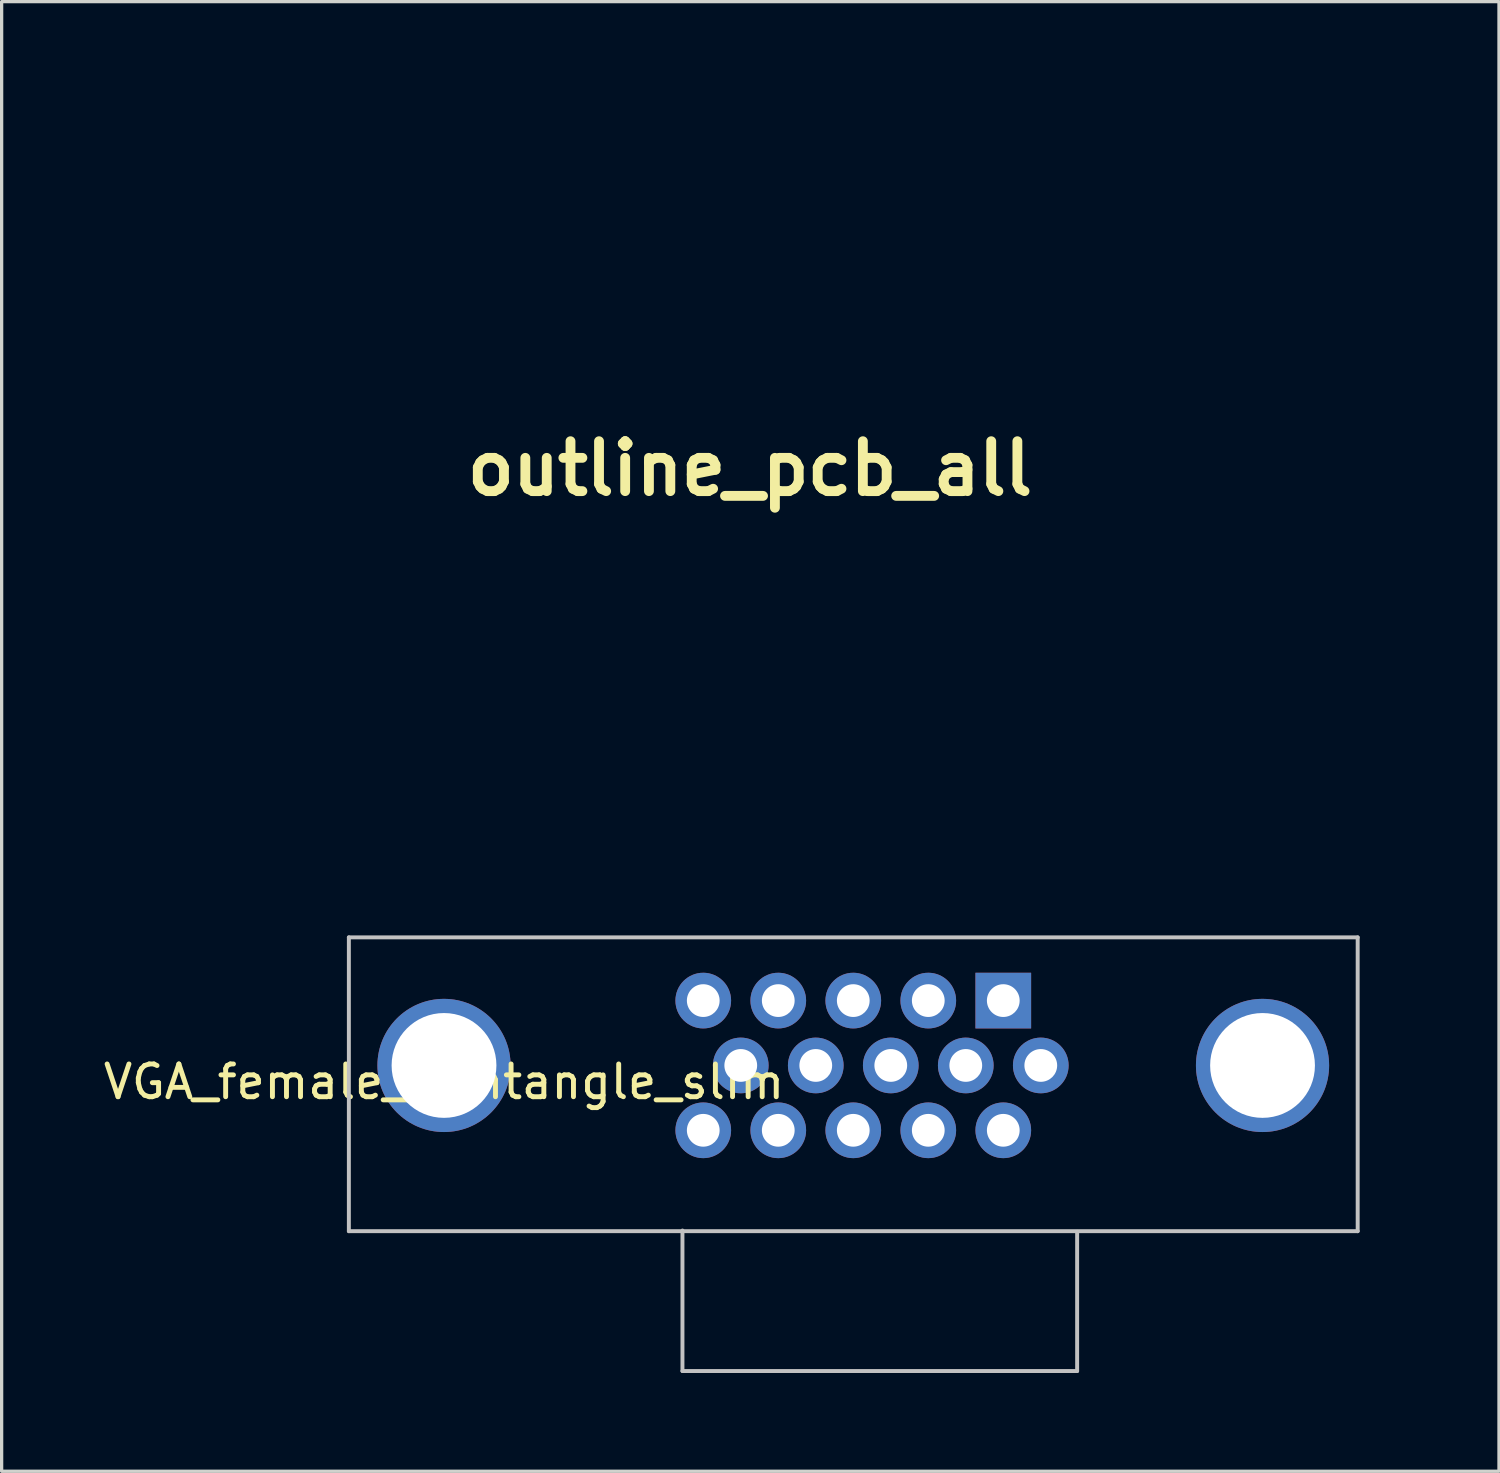
<source format=kicad_pcb>
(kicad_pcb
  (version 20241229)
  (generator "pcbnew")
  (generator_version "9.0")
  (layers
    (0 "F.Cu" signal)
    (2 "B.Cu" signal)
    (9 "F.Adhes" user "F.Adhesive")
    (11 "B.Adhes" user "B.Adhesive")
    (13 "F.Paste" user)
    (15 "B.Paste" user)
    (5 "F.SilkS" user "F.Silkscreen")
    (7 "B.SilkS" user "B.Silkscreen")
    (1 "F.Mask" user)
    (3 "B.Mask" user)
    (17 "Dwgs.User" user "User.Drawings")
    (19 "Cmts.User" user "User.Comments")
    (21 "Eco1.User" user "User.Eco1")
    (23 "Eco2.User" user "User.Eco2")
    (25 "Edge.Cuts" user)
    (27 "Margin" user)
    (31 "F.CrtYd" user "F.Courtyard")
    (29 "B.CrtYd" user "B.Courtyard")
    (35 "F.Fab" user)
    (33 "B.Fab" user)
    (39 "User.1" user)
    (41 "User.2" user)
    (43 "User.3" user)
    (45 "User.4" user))
  (footprint "VGA_female_rightangle_slim"
    (layer "F.Cu")
    (at 10.506 29.479)
    (property "Reference" "VGA_female_rightangle_slim" (at 0 0.5 0) (layer "F.SilkS") (effects (font (size 1 1) (thickness 0.15))))
    (attr through_hole)
    (fp_line (start -2.905 -3.91) (end -2.905 5.06) (stroke (width 0.12) (type solid)) (layer "Dwgs.User"))
    (fp_line (start -2.905 -3.91) (end 27.895 -3.91) (stroke (width 0.12) (type solid)) (layer "Dwgs.User"))
    (fp_line (start -2.905 5.06) (end 27.895 5.06) (stroke (width 0.12) (type solid)) (layer "Dwgs.User"))
    (fp_line (start 7.28 9.33) (end 7.28 5.04) (stroke (width 0.12) (type solid)) (layer "Dwgs.User"))
    (fp_line (start 19.33 5.08) (end 19.33 9.33) (stroke (width 0.12) (type solid)) (layer "Dwgs.User"))
    (fp_line (start 19.33 9.33) (end 7.28 9.33) (stroke (width 0.12) (type solid)) (layer "Dwgs.User"))
    (fp_line (start 27.895 -3.91) (end 27.895 5.06) (stroke (width 0.12) (type solid)) (layer "Dwgs.User"))
    (pad "1" thru_hole rect (at 17.075 -1.98 180) (size 1.7 1.7) (drill 1) (layers "*.Cu" "*.Mask"))
    (pad "2" thru_hole circle (at 14.785 -1.98 180) (size 1.7 1.7) (drill 1) (layers "*.Cu" "*.Mask"))
    (pad "3" thru_hole circle (at 12.495 -1.98 180) (size 1.7 1.7) (drill 1) (layers "*.Cu" "*.Mask"))
    (pad "4" thru_hole circle (at 10.205 -1.98 180) (size 1.7 1.7) (drill 1) (layers "*.Cu" "*.Mask"))
    (pad "5" thru_hole circle (at 7.915 -1.98 180) (size 1.7 1.7) (drill 1) (layers "*.Cu" "*.Mask"))
    (pad "6" thru_hole circle (at 18.22 0 180) (size 1.7 1.7) (drill 1) (layers "*.Cu" "*.Mask"))
    (pad "7" thru_hole circle (at 15.93 0 180) (size 1.7 1.7) (drill 1) (layers "*.Cu" "*.Mask"))
    (pad "8" thru_hole circle (at 13.64 0 180) (size 1.7 1.7) (drill 1) (layers "*.Cu" "*.Mask"))
    (pad "9" thru_hole circle (at 11.35 0 180) (size 1.7 1.7) (drill 1) (layers "*.Cu" "*.Mask"))
    (pad "10" thru_hole circle (at 9.06 0 180) (size 1.7 1.7) (drill 1) (layers "*.Cu" "*.Mask"))
    (pad "11" thru_hole circle (at 17.075 1.98 180) (size 1.7 1.7) (drill 1) (layers "*.Cu" "*.Mask"))
    (pad "12" thru_hole circle (at 14.785 1.98 180) (size 1.7 1.7) (drill 1) (layers "*.Cu" "*.Mask"))
    (pad "13" thru_hole circle (at 12.495 1.98 180) (size 1.7 1.7) (drill 1) (layers "*.Cu" "*.Mask"))
    (pad "14" thru_hole circle (at 10.205 1.98 180) (size 1.7 1.7) (drill 1) (layers "*.Cu" "*.Mask"))
    (pad "15" thru_hole circle (at 7.915 1.98 180) (size 1.7 1.7) (drill 1) (layers "*.Cu" "*.Mask"))
    (pad "S1" thru_hole circle (at 0 0) (size 4.066 4.066) (drill 3.2) (layers "*.Cu" "*.Mask"))
    (pad "S2" thru_hole circle (at 24.99 0) (size 4.066 4.066) (drill 3.2) (layers "*.Cu" "*.Mask")))
  (footprint "outline_pcb_all"
    (layer "F.Cu")
    (at 19.847 11.255)
    (property "Reference" "outline_pcb_all" (at 0 0 0) (layer "F.SilkS") (effects (font (size 1.524 1.524) (thickness 0.3))))
    (attr through_hole)
    (fp_poly (pts (xy 19.665 -2.037) (xy 19.354 -2.037) (xy 19.36 0.059) (xy 19.366 2.155) (xy 19.556 2.15) (xy 19.651 2.15) (xy 19.735 2.153) (xy 19.795 2.158) (xy 19.805 2.16) (xy 19.864 2.175) (xy 19.864 9.29) (xy 18.884 10.27) (xy 17.904 11.25) (xy -19.842 11.25) (xy -19.842 6.222) (xy -18.279 6.222) (xy -18.273 6.284) (xy -18.259 6.358) (xy -18.258 6.364) (xy -18.242 6.448) (xy -18.23 6.519) (xy -18.225 6.563) (xy -18.225 6.565) (xy -18.214 6.6) (xy -18.186 6.663) (xy -18.145 6.744) (xy -18.097 6.833) (xy -18.048 6.921) (xy -18.002 6.998) (xy -17.965 7.053) (xy -17.946 7.075) (xy -17.917 7.099) (xy -17.864 7.143) (xy -17.796 7.199) (xy -17.762 7.227) (xy -17.634 7.322) (xy -17.5 7.394) (xy -17.412 7.43) (xy -17.321 7.463) (xy -17.248 7.485) (xy -17.177 7.497) (xy -17.093 7.503) (xy -16.981 7.505) (xy -16.963 7.505) (xy -16.848 7.505) (xy -16.763 7.501) (xy -16.693 7.491) (xy -16.623 7.472) (xy -16.538 7.442) (xy -16.502 7.429) (xy -16.289 7.331) (xy -16.11 7.207) (xy -15.957 7.054) (xy -15.826 6.865) (xy -15.825 6.863) (xy -15.766 6.759) (xy -15.726 6.676) (xy -15.698 6.596) (xy -15.675 6.502) (xy -15.657 6.411) (xy -15.641 6.313) (xy -15.628 6.232) (xy -15.622 6.177) (xy -15.622 6.158) (xy -15.629 6.132) (xy -15.641 6.072) (xy -15.656 5.99) (xy -15.665 5.944) (xy -15.685 5.841) (xy -15.71 5.756) (xy -15.745 5.673) (xy -15.798 5.575) (xy -15.821 5.535) (xy -15.952 5.342) (xy -16.103 5.186) (xy -16.28 5.062) (xy -16.489 4.963) (xy -16.509 4.955) (xy -16.617 4.917) (xy -16.7 4.892) (xy -16.776 4.879) (xy -16.862 4.873) (xy -16.942 4.872) (xy -17.069 4.875) (xy -17.17 4.887) (xy -17.266 4.91) (xy -17.308 4.924) (xy -17.424 4.966) (xy -17.528 5.006) (xy -17.612 5.043) (xy -17.67 5.072) (xy -17.693 5.091) (xy -17.694 5.092) (xy -17.71 5.112) (xy -17.752 5.152) (xy -17.813 5.205) (xy -17.835 5.222) (xy -17.919 5.297) (xy -17.989 5.379) (xy -18.058 5.481) (xy -18.091 5.536) (xy -18.148 5.639) (xy -18.187 5.725) (xy -18.215 5.812) (xy -18.239 5.917) (xy -18.249 5.971) (xy -18.267 6.08) (xy -18.278 6.159) (xy -18.279 6.222) (xy -19.842 6.222) (xy -19.842 3.477) (xy -11.161 3.477) (xy -11.161 6.186) (xy -11.161 6.529) (xy -11.16 6.859) (xy -11.16 7.174) (xy -11.159 7.472) (xy -11.158 7.749) (xy -11.157 8.004) (xy -11.156 8.232) (xy -11.155 8.432) (xy -11.153 8.601) (xy -11.151 8.735) (xy -11.15 8.833) (xy -11.148 8.892) (xy -11.146 8.909) (xy -11.123 8.911) (xy -11.058 8.912) (xy -10.951 8.913) (xy -10.806 8.914) (xy -10.624 8.915) (xy -10.407 8.916) (xy -10.157 8.917) (xy -9.875 8.917) (xy -9.563 8.918) (xy -9.223 8.918) (xy -8.858 8.919) (xy -8.468 8.919) (xy -8.056 8.919) (xy -7.623 8.919) (xy -7.171 8.92) (xy -6.703 8.919) (xy -6.22 8.919) (xy -5.723 8.919) (xy -5.25 8.919) (xy 0.631 8.913) (xy 0.634 7.73) (xy 13.818 7.73) (xy 13.837 7.809) (xy 13.887 7.892) (xy 13.959 7.965) (xy 14.04 8.015) (xy 14.13 8.032) (xy 14.235 8.021) (xy 14.336 7.983) (xy 14.371 7.962) (xy 14.432 7.904) (xy 14.485 7.828) (xy 14.52 7.75) (xy 14.523 7.731) (xy 14.771 7.731) (xy 14.779 7.766) (xy 14.803 7.815) (xy 14.815 7.839) (xy 14.886 7.934) (xy 14.983 8) (xy 15.096 8.031) (xy 15.154 8.032) (xy 15.233 8.017) (xy 15.302 7.99) (xy 15.32 7.979) (xy 15.385 7.918) (xy 15.439 7.844) (xy 15.473 7.773) (xy 15.479 7.736) (xy 15.479 7.73) (xy 15.745 7.73) (xy 15.764 7.809) (xy 15.814 7.891) (xy 15.884 7.964) (xy 15.965 8.013) (xy 15.966 8.014) (xy 16.081 8.036) (xy 16.204 8.015) (xy 16.209 8.014) (xy 16.277 7.98) (xy 16.333 7.939) (xy 16.375 7.888) (xy 16.415 7.82) (xy 16.444 7.751) (xy 16.448 7.731) (xy 16.698 7.731) (xy 16.706 7.766) (xy 16.729 7.815) (xy 16.741 7.839) (xy 16.801 7.918) (xy 16.887 7.985) (xy 16.982 8.027) (xy 17.05 8.038) (xy 17.117 8.028) (xy 17.196 8.004) (xy 17.222 7.992) (xy 17.303 7.935) (xy 17.366 7.855) (xy 17.401 7.768) (xy 17.406 7.73) (xy 17.671 7.73) (xy 17.69 7.809) (xy 17.741 7.892) (xy 17.812 7.965) (xy 17.893 8.015) (xy 17.983 8.032) (xy 18.088 8.021) (xy 18.189 7.983) (xy 18.224 7.962) (xy 18.285 7.904) (xy 18.338 7.828) (xy 18.373 7.75) (xy 18.38 7.706) (xy 18.359 7.698) (xy 18.297 7.691) (xy 18.201 7.686) (xy 18.073 7.684) (xy 18.026 7.684) (xy 17.893 7.684) (xy 17.799 7.686) (xy 17.736 7.689) (xy 17.698 7.695) (xy 17.679 7.704) (xy 17.672 7.717) (xy 17.671 7.73) (xy 17.406 7.73) (xy 17.406 7.729) (xy 17.404 7.713) (xy 17.394 7.7) (xy 17.37 7.692) (xy 17.324 7.688) (xy 17.252 7.685) (xy 17.146 7.684) (xy 17.051 7.684) (xy 16.912 7.684) (xy 16.811 7.687) (xy 16.745 7.694) (xy 16.709 7.708) (xy 16.698 7.731) (xy 16.448 7.731) (xy 16.454 7.707) (xy 16.432 7.698) (xy 16.368 7.69) (xy 16.263 7.686) (xy 16.12 7.684) (xy 16.099 7.684) (xy 15.967 7.684) (xy 15.872 7.686) (xy 15.809 7.689) (xy 15.771 7.695) (xy 15.752 7.704) (xy 15.746 7.717) (xy 15.745 7.73) (xy 15.479 7.73) (xy 15.479 7.684) (xy 15.125 7.684) (xy 14.985 7.684) (xy 14.885 7.687) (xy 14.819 7.694) (xy 14.783 7.708) (xy 14.771 7.731) (xy 14.523 7.731) (xy 14.527 7.706) (xy 14.506 7.698) (xy 14.444 7.691) (xy 14.347 7.686) (xy 14.22 7.684) (xy 14.173 7.684) (xy 14.04 7.684) (xy 13.946 7.686) (xy 13.883 7.689) (xy 13.845 7.695) (xy 13.826 7.704) (xy 13.819 7.717) (xy 13.818 7.73) (xy 0.634 7.73) (xy 0.637 6.206) (xy 6.744 6.206) (xy 6.745 6.225) (xy 6.752 6.252) (xy 6.763 6.311) (xy 6.778 6.394) (xy 6.786 6.44) (xy 6.804 6.54) (xy 6.826 6.621) (xy 6.858 6.698) (xy 6.905 6.788) (xy 6.941 6.851) (xy 7.083 7.053) (xy 7.248 7.219) (xy 7.439 7.349) (xy 7.611 7.428) (xy 7.701 7.461) (xy 7.774 7.483) (xy 7.845 7.496) (xy 7.928 7.502) (xy 8.038 7.505) (xy 8.064 7.505) (xy 8.179 7.505) (xy 8.264 7.502) (xy 8.333 7.492) (xy 8.4 7.475) (xy 8.481 7.446) (xy 8.527 7.429) (xy 8.669 7.366) (xy 8.802 7.289) (xy 8.938 7.187) (xy 9.048 7.092) (xy 9.083 7.052) (xy 9.131 6.983) (xy 9.185 6.899) (xy 9.215 6.85) (xy 9.272 6.745) (xy 9.311 6.656) (xy 9.34 6.563) (xy 9.365 6.447) (xy 9.368 6.43) (xy 9.385 6.334) (xy 9.385 6.33) (xy 12.49 6.33) (xy 12.499 6.426) (xy 12.526 6.502) (xy 12.528 6.506) (xy 12.585 6.576) (xy 12.656 6.637) (xy 12.725 6.677) (xy 12.761 6.686) (xy 12.766 6.666) (xy 12.771 6.608) (xy 12.775 6.522) (xy 12.777 6.412) (xy 12.778 6.332) (xy 12.778 5.976) (xy 12.728 5.992) (xy 12.65 6.032) (xy 12.573 6.098) (xy 12.525 6.16) (xy 12.499 6.235) (xy 12.49 6.33) (xy 9.385 6.33) (xy 9.395 6.256) (xy 9.397 6.186) (xy 9.392 6.112) (xy 9.379 6.021) (xy 9.357 5.903) (xy 9.347 5.85) (xy 9.32 5.765) (xy 9.273 5.656) (xy 9.209 5.537) (xy 9.204 5.529) (xy 9.07 5.335) (xy 8.915 5.179) (xy 8.733 5.054) (xy 8.519 4.956) (xy 8.513 4.954) (xy 8.404 4.915) (xy 8.32 4.891) (xy 8.243 4.878) (xy 8.157 4.873) (xy 8.078 4.872) (xy 7.972 4.874) (xy 7.887 4.882) (xy 7.807 4.898) (xy 7.713 4.928) (xy 7.65 4.95) (xy 7.53 4.996) (xy 7.438 5.037) (xy 7.363 5.081) (xy 7.29 5.135) (xy 7.252 5.166) (xy 7.155 5.251) (xy 7.083 5.323) (xy 7.024 5.397) (xy 6.965 5.487) (xy 6.934 5.542) (xy 6.879 5.642) (xy 6.841 5.728) (xy 6.813 5.816) (xy 6.789 5.924) (xy 6.779 5.973) (xy 6.763 6.071) (xy 6.75 6.152) (xy 6.744 6.206) (xy 0.637 6.206) (xy 0.637 6.195) (xy 0.642 3.477) (xy -11.161 3.477) (xy -19.842 3.477) (xy -19.842 -1.196) (xy -16.653 -1.196) (xy -16.653 0.688) (xy -15.867 0.675) (xy -15.861 -0.21) (xy -15.859 -0.406) (xy -15.859 -0.589) (xy -15.859 -0.755) (xy -15.86 -0.898) (xy -15.861 -1.013) (xy -15.863 -1.096) (xy -15.866 -1.141) (xy -15.866 -1.146) (xy -15.872 -1.164) (xy -15.883 -1.177) (xy -15.906 -1.186) (xy -15.947 -1.191) (xy -16.012 -1.194) (xy -16.107 -1.196) (xy -16.24 -1.196) (xy -16.266 -1.196) (xy -11.139 -1.196) (xy -11.139 0.686) (xy -10.364 0.686) (xy -10.364 -1.196) (xy -11.139 -1.196) (xy -16.266 -1.196) (xy -16.653 -1.196) (xy -19.842 -1.196) (xy -19.842 -1.898) (xy -19.041 -1.898) (xy -19.041 -1.732) (xy -19.04 -1.588) (xy -19.039 -1.472) (xy -19.038 -1.389) (xy -19.036 -1.343) (xy -19.035 -1.335) (xy -19.015 -1.324) (xy -18.964 -1.317) (xy -18.877 -1.312) (xy -18.751 -1.309) (xy -18.679 -1.309) (xy -18.558 -1.31) (xy -18.451 -1.312) (xy -18.367 -1.315) (xy -18.314 -1.319) (xy -18.301 -1.321) (xy -18.293 -1.33) (xy -18.287 -1.351) (xy -18.281 -1.389) (xy -18.277 -1.448) (xy -18.274 -1.531) (xy -18.272 -1.642) (xy -18.271 -1.784) (xy -18.27 -1.963) (xy -18.27 -1.992) (xy -12.937 -1.992) (xy -12.937 -1.802) (xy -12.936 -1.619) (xy -12.934 -1.449) (xy -12.934 -1.424) (xy -12.927 -1.359) (xy -12.907 -1.327) (xy -12.894 -1.321) (xy -12.859 -1.318) (xy -12.788 -1.315) (xy -12.691 -1.314) (xy -12.576 -1.314) (xy -12.512 -1.314) (xy -12.169 -1.318) (xy -12.169 -2.258) (xy -7.441 -2.258) (xy -7.44 -2.021) (xy -7.439 -1.824) (xy -7.438 -1.665) (xy -7.435 -1.541) (xy -7.432 -1.448) (xy -7.428 -1.383) (xy -7.422 -1.343) (xy -7.415 -1.324) (xy -7.413 -1.322) (xy -7.377 -1.317) (xy -7.306 -1.313) (xy -7.211 -1.31) (xy -7.103 -1.309) (xy -6.991 -1.309) (xy -6.886 -1.31) (xy -6.797 -1.313) (xy -6.735 -1.317) (xy -6.72 -1.319) (xy -6.643 -1.334) (xy -6.643 -3.183) (xy -6.713 -3.197) (xy -6.763 -3.203) (xy -6.844 -3.207) (xy -6.945 -3.21) (xy -7.057 -3.211) (xy -7.168 -3.21) (xy -7.268 -3.208) (xy -7.348 -3.205) (xy -7.398 -3.2) (xy -7.406 -3.198) (xy -7.414 -3.19) (xy -7.421 -3.174) (xy -7.427 -3.144) (xy -7.432 -3.096) (xy -7.435 -3.027) (xy -7.437 -2.934) (xy -7.439 -2.81) (xy -7.44 -2.654) (xy -7.441 -2.461) (xy -7.441 -2.258) (xy -12.169 -2.258) (xy -12.169 -3.2) (xy -12.532 -3.206) (xy -12.658 -3.207) (xy -12.766 -3.205) (xy -12.851 -3.202) (xy -12.903 -3.196) (xy -12.916 -3.192) (xy -12.92 -3.166) (xy -12.924 -3.102) (xy -12.927 -3.004) (xy -12.93 -2.877) (xy -12.933 -2.726) (xy -12.935 -2.557) (xy -12.936 -2.375) (xy -12.937 -2.185) (xy -12.937 -1.992) (xy -18.27 -1.992) (xy -18.269 -2.18) (xy -18.269 -2.261) (xy -18.269 -3.188) (xy -18.322 -3.201) (xy -18.362 -3.205) (xy -18.438 -3.208) (xy -18.538 -3.209) (xy -18.655 -3.208) (xy -18.704 -3.207) (xy -19.033 -3.2) (xy -19.039 -2.281) (xy -19.04 -2.083) (xy -19.041 -1.898) (xy -19.842 -1.898) (xy -19.842 -6.267) (xy 11.095 -6.267) (xy 11.095 4.163) (xy 12.29 4.163) (xy 12.29 3.167) (xy 12.291 2.92) (xy 12.291 2.715) (xy 12.293 2.548) (xy 12.295 2.416) (xy 12.298 2.316) (xy 12.302 2.244) (xy 12.307 2.197) (xy 12.313 2.173) (xy 12.318 2.167) (xy 12.397 2.162) (xy 12.517 2.156) (xy 12.65 2.152) (xy 12.822 2.148) (xy 12.822 -2.037) (xy 12.539 -2.037) (xy 12.527 -2.131) (xy 12.526 -2.164) (xy 12.525 -2.238) (xy 12.524 -2.352) (xy 12.523 -2.501) (xy 12.522 -2.685) (xy 12.521 -2.9) (xy 12.52 -3.144) (xy 12.519 -3.413) (xy 12.519 -3.707) (xy 12.518 -4.021) (xy 12.518 -4.354) (xy 12.517 -4.703) (xy 12.517 -5.064) (xy 12.517 -5.437) (xy 12.516 -5.818) (xy 12.516 -6.204) (xy 12.516 -6.593) (xy 12.516 -6.982) (xy 12.516 -7.37) (xy 12.516 -7.752) (xy 12.517 -8.127) (xy 12.517 -8.493) (xy 12.517 -8.845) (xy 12.518 -9.183) (xy 12.518 -9.503) (xy 12.519 -9.802) (xy 12.52 -10.079) (xy 12.521 -10.331) (xy 12.521 -10.554) (xy 12.522 -10.747) (xy 12.523 -10.907) (xy 12.524 -11.031) (xy 12.526 -11.116) (xy 12.527 -11.161) (xy 12.527 -11.166) (xy 12.539 -11.25) (xy 19.665 -11.25) (xy 19.665 -2.037)) (stroke (width 0.01) (type solid)) (fill no) (layer "Eco1.User")))
  (gr_rect
    (start -3 -3)
    (end 42.715 41.869)
    (stroke (width 0.1) (type default))
    (fill no)
    (layer "Edge.Cuts")))
</source>
